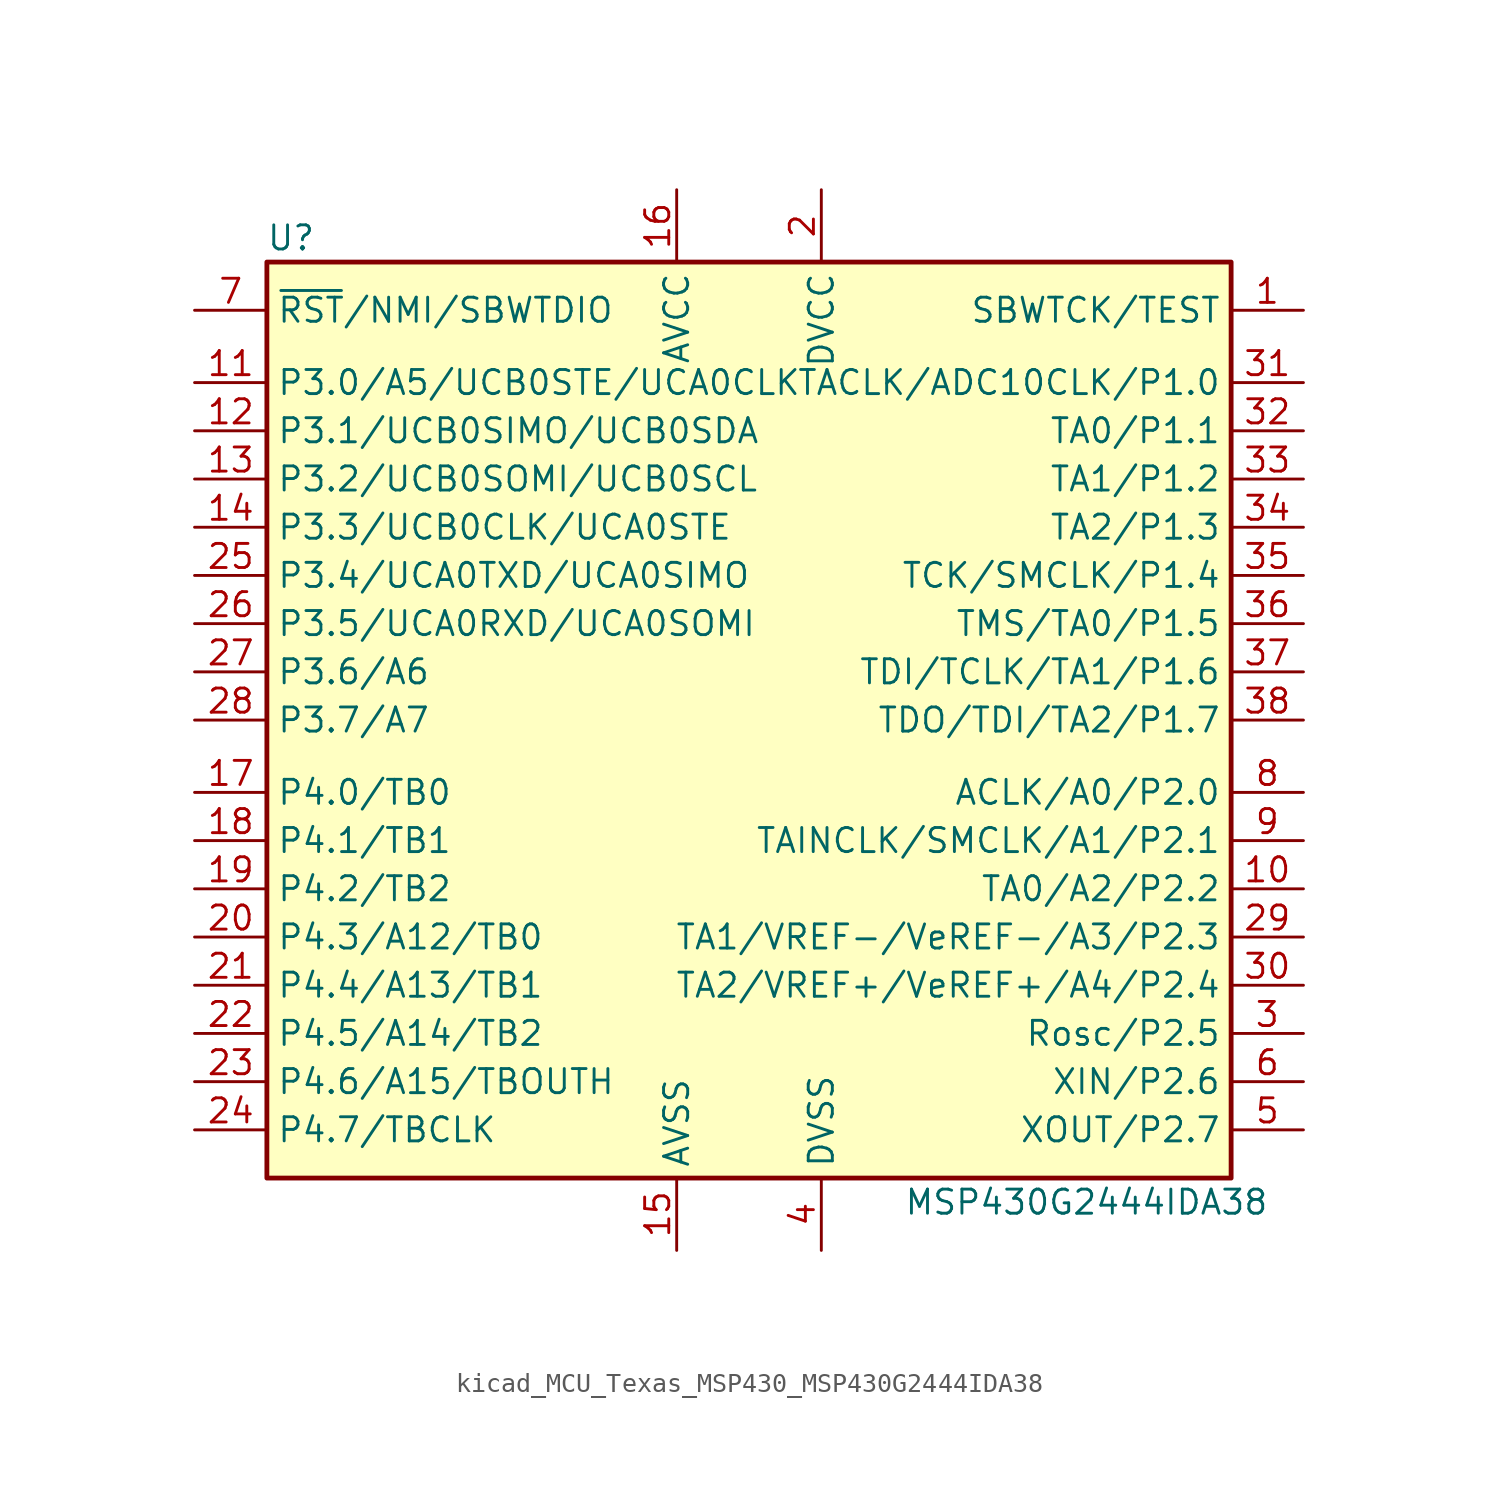
<source format=kicad_sym>
(kicad_symbol_lib
  (version 20220914)
  (generator kicad_symbol_editor)
  (symbol "kicad_MCU_Texas_MSP430_MSP430G2444IDA38"
    (property "Reference" "U"
      (at -24.13 25.4 0)
      (effects (font (size 1.27 1.27))))
    (property "Value" "MSP430G2444IDA38"
      (at 17.78 -25.4 0)
      (effects (font (size 1.27 1.27))))
    (symbol "kicad_MCU_Texas_MSP430_MSP430G2444IDA38_0_1"
      (rectangle (start -25.4 24.13) (end 25.4 -24.13) (stroke (width 0.254) (type default)) (fill (type background))))
    (symbol "kicad_MCU_Texas_MSP430_MSP430G2444IDA38_1_1"
      (pin input line (at 29.21 21.59 180) (length 3.81) (name "SBWTCK/TEST" (effects (font (size 1.27 1.27)))) (number "1" (effects (font (size 1.27 1.27)))))
      (pin bidirectional line (at 29.21 -8.89 180) (length 3.81) (name "TA0/A2/P2.2" (effects (font (size 1.27 1.27)))) (number "10" (effects (font (size 1.27 1.27)))))
      (pin bidirectional line (at -29.21 17.78 0) (length 3.81) (name "P3.0/A5/UCB0STE/UCA0CLK" (effects (font (size 1.27 1.27)))) (number "11" (effects (font (size 1.27 1.27)))))
      (pin bidirectional line (at -29.21 15.24 0) (length 3.81) (name "P3.1/UCB0SIMO/UCB0SDA" (effects (font (size 1.27 1.27)))) (number "12" (effects (font (size 1.27 1.27)))))
      (pin bidirectional line (at -29.21 12.7 0) (length 3.81) (name "P3.2/UCB0SOMI/UCB0SCL" (effects (font (size 1.27 1.27)))) (number "13" (effects (font (size 1.27 1.27)))))
      (pin bidirectional line (at -29.21 10.16 0) (length 3.81) (name "P3.3/UCB0CLK/UCA0STE" (effects (font (size 1.27 1.27)))) (number "14" (effects (font (size 1.27 1.27)))))
      (pin power_in line (at -3.81 -27.94 90) (length 3.81) (name "AVSS" (effects (font (size 1.27 1.27)))) (number "15" (effects (font (size 1.27 1.27)))))
      (pin power_in line (at -3.81 27.94 270) (length 3.81) (name "AVCC" (effects (font (size 1.27 1.27)))) (number "16" (effects (font (size 1.27 1.27)))))
      (pin bidirectional line (at -29.21 -3.81 0) (length 3.81) (name "P4.0/TB0" (effects (font (size 1.27 1.27)))) (number "17" (effects (font (size 1.27 1.27)))))
      (pin bidirectional line (at -29.21 -6.35 0) (length 3.81) (name "P4.1/TB1" (effects (font (size 1.27 1.27)))) (number "18" (effects (font (size 1.27 1.27)))))
      (pin bidirectional line (at -29.21 -8.89 0) (length 3.81) (name "P4.2/TB2" (effects (font (size 1.27 1.27)))) (number "19" (effects (font (size 1.27 1.27)))))
      (pin power_in line (at 3.81 27.94 270) (length 3.81) (name "DVCC" (effects (font (size 1.27 1.27)))) (number "2" (effects (font (size 1.27 1.27)))))
      (pin bidirectional line (at -29.21 -11.43 0) (length 3.81) (name "P4.3/A12/TB0" (effects (font (size 1.27 1.27)))) (number "20" (effects (font (size 1.27 1.27)))))
      (pin bidirectional line (at -29.21 -13.97 0) (length 3.81) (name "P4.4/A13/TB1" (effects (font (size 1.27 1.27)))) (number "21" (effects (font (size 1.27 1.27)))))
      (pin bidirectional line (at -29.21 -16.51 0) (length 3.81) (name "P4.5/A14/TB2" (effects (font (size 1.27 1.27)))) (number "22" (effects (font (size 1.27 1.27)))))
      (pin bidirectional line (at -29.21 -19.05 0) (length 3.81) (name "P4.6/A15/TBOUTH" (effects (font (size 1.27 1.27)))) (number "23" (effects (font (size 1.27 1.27)))))
      (pin bidirectional line (at -29.21 -21.59 0) (length 3.81) (name "P4.7/TBCLK" (effects (font (size 1.27 1.27)))) (number "24" (effects (font (size 1.27 1.27)))))
      (pin bidirectional line (at -29.21 7.62 0) (length 3.81) (name "P3.4/UCA0TXD/UCA0SIMO" (effects (font (size 1.27 1.27)))) (number "25" (effects (font (size 1.27 1.27)))))
      (pin bidirectional line (at -29.21 5.08 0) (length 3.81) (name "P3.5/UCA0RXD/UCA0SOMI" (effects (font (size 1.27 1.27)))) (number "26" (effects (font (size 1.27 1.27)))))
      (pin bidirectional line (at -29.21 2.54 0) (length 3.81) (name "P3.6/A6" (effects (font (size 1.27 1.27)))) (number "27" (effects (font (size 1.27 1.27)))))
      (pin bidirectional line (at -29.21 0 0) (length 3.81) (name "P3.7/A7" (effects (font (size 1.27 1.27)))) (number "28" (effects (font (size 1.27 1.27)))))
      (pin bidirectional line (at 29.21 -11.43 180) (length 3.81) (name "TA1/VREF-/VeREF-/A3/P2.3" (effects (font (size 1.27 1.27)))) (number "29" (effects (font (size 1.27 1.27)))))
      (pin bidirectional line (at 29.21 -16.51 180) (length 3.81) (name "Rosc/P2.5" (effects (font (size 1.27 1.27)))) (number "3" (effects (font (size 1.27 1.27)))))
      (pin bidirectional line (at 29.21 -13.97 180) (length 3.81) (name "TA2/VREF+/VeREF+/A4/P2.4" (effects (font (size 1.27 1.27)))) (number "30" (effects (font (size 1.27 1.27)))))
      (pin bidirectional line (at 29.21 17.78 180) (length 3.81) (name "TACLK/ADC10CLK/P1.0" (effects (font (size 1.27 1.27)))) (number "31" (effects (font (size 1.27 1.27)))))
      (pin bidirectional line (at 29.21 15.24 180) (length 3.81) (name "TA0/P1.1" (effects (font (size 1.27 1.27)))) (number "32" (effects (font (size 1.27 1.27)))))
      (pin bidirectional line (at 29.21 12.7 180) (length 3.81) (name "TA1/P1.2" (effects (font (size 1.27 1.27)))) (number "33" (effects (font (size 1.27 1.27)))))
      (pin bidirectional line (at 29.21 10.16 180) (length 3.81) (name "TA2/P1.3" (effects (font (size 1.27 1.27)))) (number "34" (effects (font (size 1.27 1.27)))))
      (pin bidirectional line (at 29.21 7.62 180) (length 3.81) (name "TCK/SMCLK/P1.4" (effects (font (size 1.27 1.27)))) (number "35" (effects (font (size 1.27 1.27)))))
      (pin bidirectional line (at 29.21 5.08 180) (length 3.81) (name "TMS/TA0/P1.5" (effects (font (size 1.27 1.27)))) (number "36" (effects (font (size 1.27 1.27)))))
      (pin bidirectional line (at 29.21 2.54 180) (length 3.81) (name "TDI/TCLK/TA1/P1.6" (effects (font (size 1.27 1.27)))) (number "37" (effects (font (size 1.27 1.27)))))
      (pin bidirectional line (at 29.21 0 180) (length 3.81) (name "TDO/TDI/TA2/P1.7" (effects (font (size 1.27 1.27)))) (number "38" (effects (font (size 1.27 1.27)))))
      (pin power_in line (at 3.81 -27.94 90) (length 3.81) (name "DVSS" (effects (font (size 1.27 1.27)))) (number "4" (effects (font (size 1.27 1.27)))))
      (pin bidirectional line (at 29.21 -21.59 180) (length 3.81) (name "XOUT/P2.7" (effects (font (size 1.27 1.27)))) (number "5" (effects (font (size 1.27 1.27)))))
      (pin bidirectional line (at 29.21 -19.05 180) (length 3.81) (name "XIN/P2.6" (effects (font (size 1.27 1.27)))) (number "6" (effects (font (size 1.27 1.27)))))
      (pin input line (at -29.21 21.59 0) (length 3.81) (name "~{RST}/NMI/SBWTDIO" (effects (font (size 1.27 1.27)))) (number "7" (effects (font (size 1.27 1.27)))))
      (pin bidirectional line (at 29.21 -3.81 180) (length 3.81) (name "ACLK/A0/P2.0" (effects (font (size 1.27 1.27)))) (number "8" (effects (font (size 1.27 1.27)))))
      (pin bidirectional line (at 29.21 -6.35 180) (length 3.81) (name "TAINCLK/SMCLK/A1/P2.1" (effects (font (size 1.27 1.27)))) (number "9" (effects (font (size 1.27 1.27))))))))
</source>
